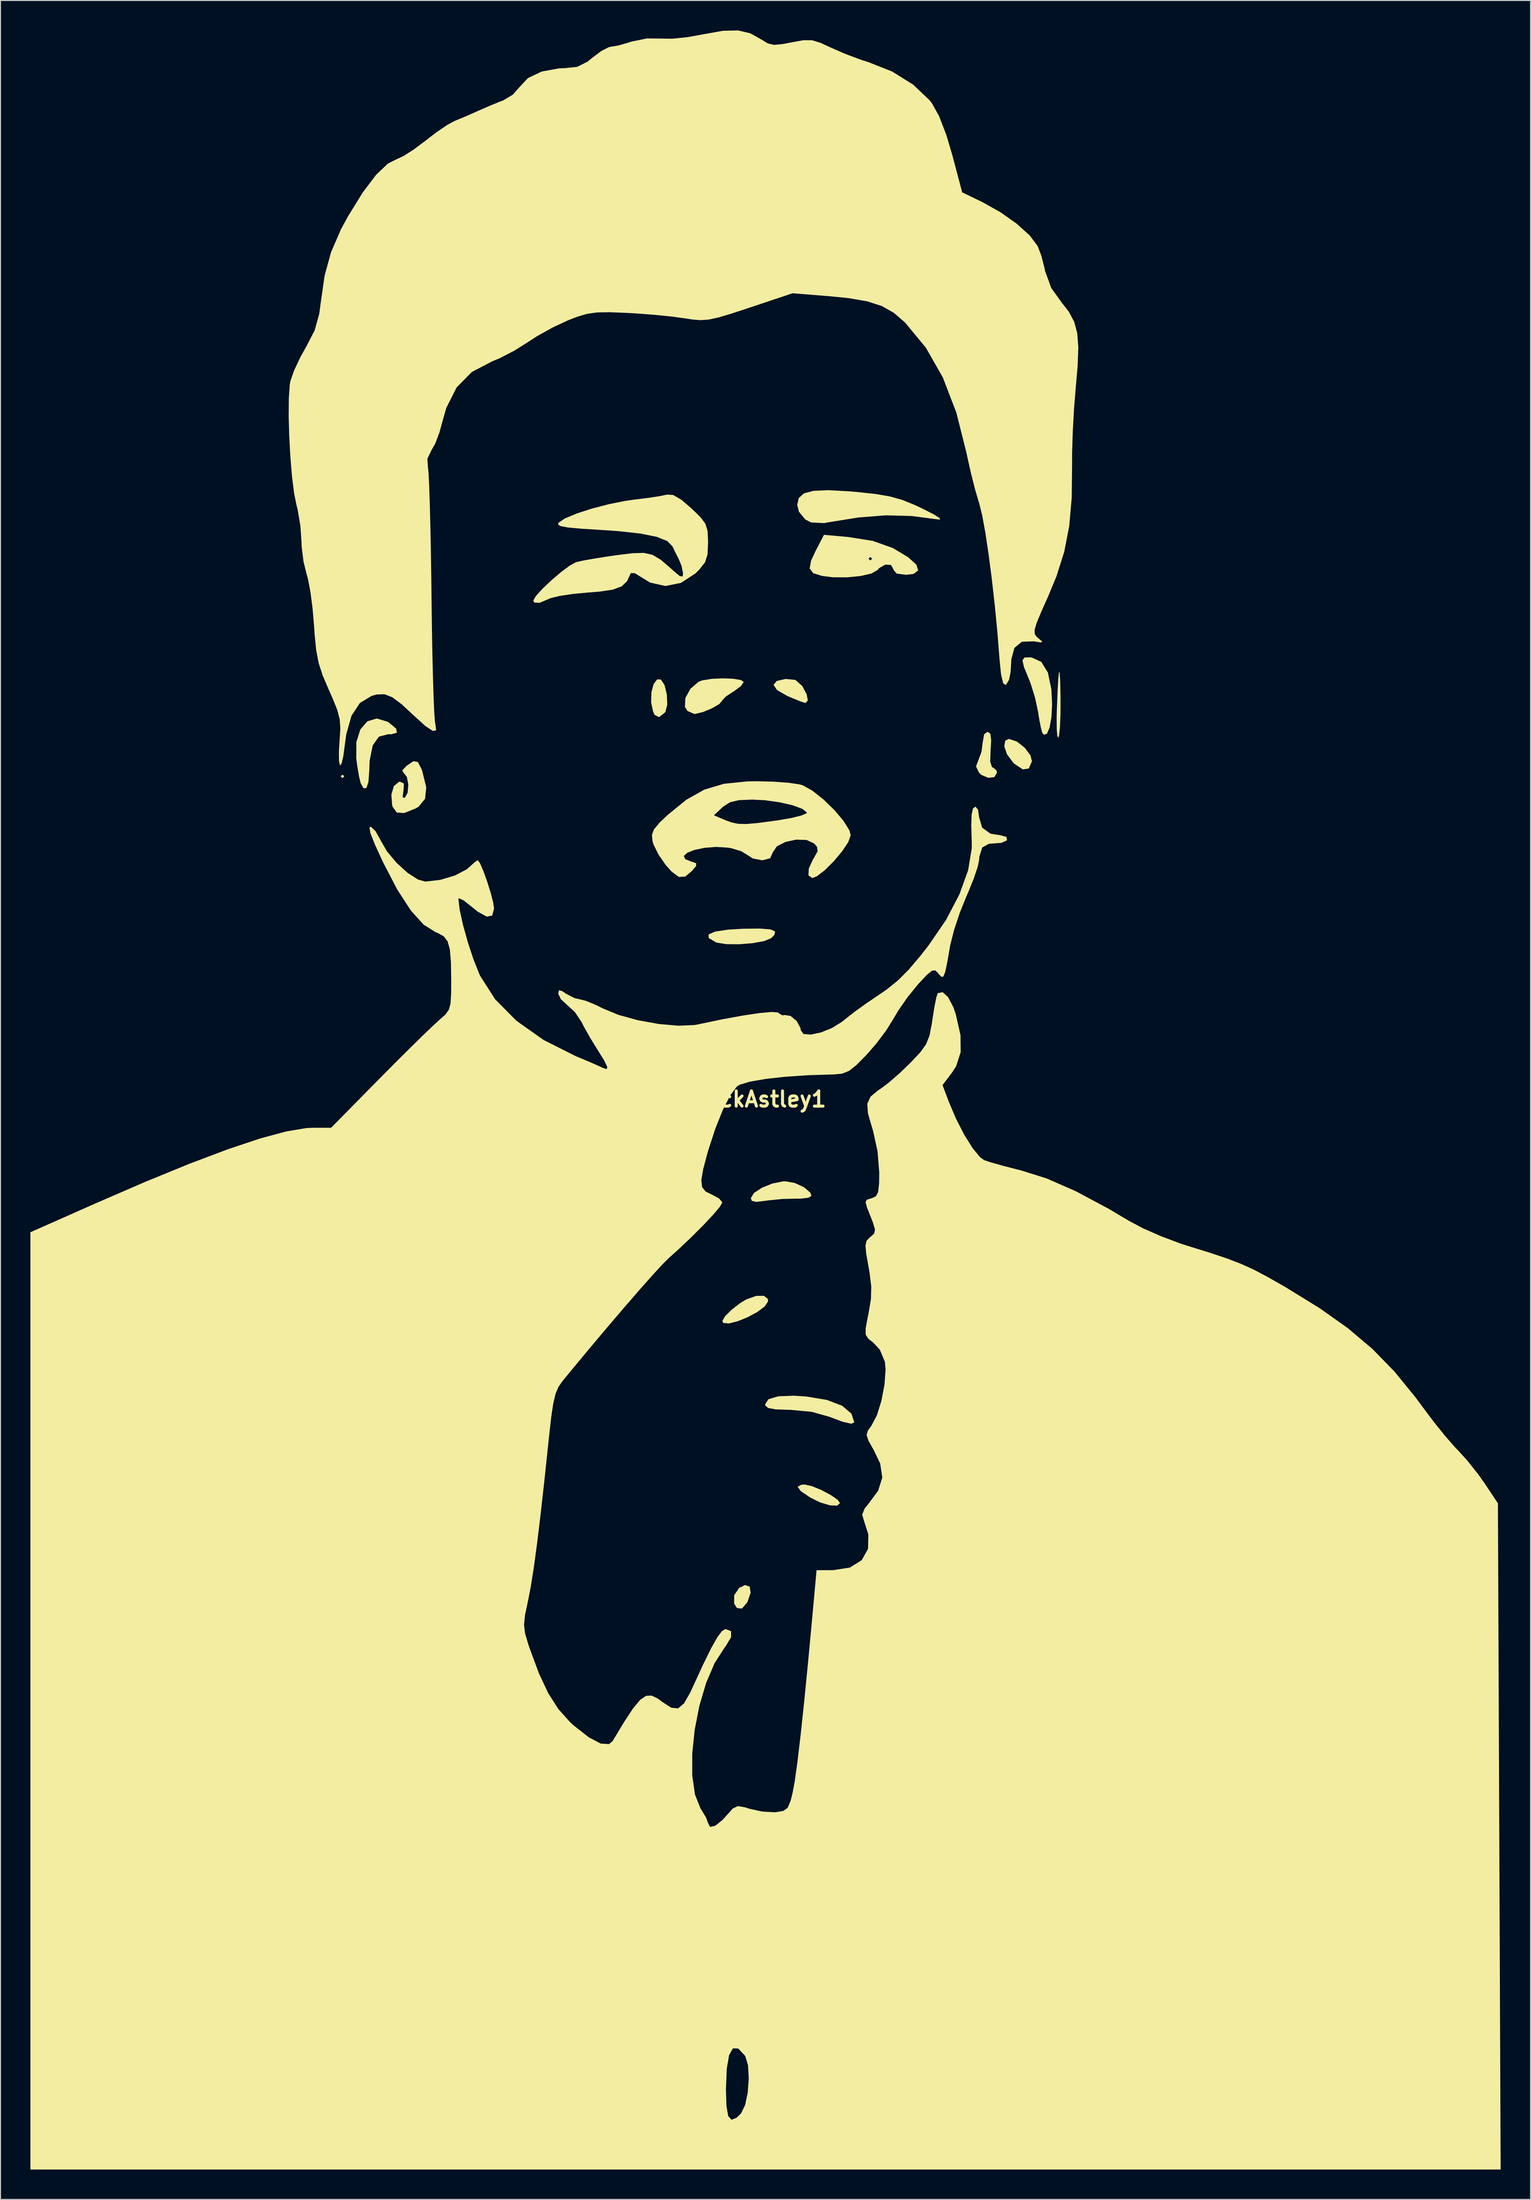
<source format=kicad_pcb>
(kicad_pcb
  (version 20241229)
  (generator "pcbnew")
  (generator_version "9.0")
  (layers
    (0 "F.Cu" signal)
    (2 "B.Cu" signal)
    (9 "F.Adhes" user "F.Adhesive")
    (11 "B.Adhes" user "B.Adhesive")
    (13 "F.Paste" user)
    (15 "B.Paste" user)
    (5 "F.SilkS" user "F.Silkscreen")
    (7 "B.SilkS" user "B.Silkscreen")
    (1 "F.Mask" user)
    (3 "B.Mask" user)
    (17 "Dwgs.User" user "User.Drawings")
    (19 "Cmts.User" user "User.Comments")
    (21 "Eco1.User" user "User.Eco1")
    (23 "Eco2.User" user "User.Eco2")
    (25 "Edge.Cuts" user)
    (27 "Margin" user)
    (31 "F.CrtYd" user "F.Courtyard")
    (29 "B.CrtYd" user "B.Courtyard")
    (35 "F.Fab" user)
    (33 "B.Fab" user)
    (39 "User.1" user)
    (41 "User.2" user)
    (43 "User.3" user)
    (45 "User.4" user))
  (footprint "RickAstley1"
    (layer "F.Cu")
    (at 73.338 107.175)
    (property "Reference" "RickAstley1" (at 0 0 0) (layer "F.SilkS") (effects (font (size 1.524 1.524) (thickness 0.3))))
    (attr board_only exclude_from_pos_files exclude_from_bom)
    (fp_poly (pts (xy -41.856 -32.376) (xy -42.035 -32.197) (xy -42.214 -32.376) (xy -42.035 -32.555)) (stroke (width 0) (type solid)) (fill yes) (layer "F.SilkS"))
    (fp_poly (pts (xy -1.187 48.869) (xy -1.096 49.481) (xy -1.407 50.396) (xy -1.444 50.466) (xy -1.971 51.075) (xy -2.473 51.015) (xy -2.751 50.573) (xy -2.744 49.731) (xy -2.239 48.999) (xy -1.661 48.717)) (stroke (width 0) (type solid)) (fill yes) (layer "F.SilkS"))
    (fp_poly (pts (xy 25.602 -35.873) (xy 26.4 -35.245) (xy 26.978 -34.479) (xy 27.119 -33.883) (xy 26.807 -33.16) (xy 26.21 -33.074) (xy 25.373 -33.628) (xy 25.231 -33.764) (xy 24.624 -34.581) (xy 24.349 -35.376) (xy 24.44 -35.956) (xy 24.815 -36.132)) (stroke (width 0) (type solid)) (fill yes) (layer "F.SilkS"))
    (fp_poly (pts (xy -10.097 -42.085) (xy -9.726 -41.52) (xy -9.5 -40.573) (xy -9.458 -39.571) (xy -9.643 -38.841) (xy -9.682 -38.788) (xy -10.276 -38.316) (xy -10.721 -38.538) (xy -10.873 -38.845) (xy -11.077 -39.804) (xy -11.047 -40.796) (xy -10.829 -41.627) (xy -10.47 -42.102)) (stroke (width 0) (type solid)) (fill yes) (layer "F.SilkS"))
    (fp_poly (pts (xy 3.399 -42.046) (xy 4.08 -41.439) (xy 4.52 -40.622) (xy 4.642 -39.986) (xy 4.409 -39.734) (xy 4.382 -39.735) (xy 3.921 -39.885) (xy 3.056 -40.235) (xy 2.563 -40.449) (xy 1.551 -41.03) (xy 1.202 -41.545) (xy 1.521 -41.939) (xy 2.408 -42.145)) (stroke (width 0) (type solid)) (fill yes) (layer "F.SilkS"))
    (fp_poly (pts (xy 5.049 38.793) (xy 5.991 39.181) (xy 6.929 39.679) (xy 7.632 40.166) (xy 7.87 40.491) (xy 7.585 40.754) (xy 6.855 40.721) (xy 5.87 40.425) (xy 4.923 39.962) (xy 3.935 39.297) (xy 3.623 38.863) (xy 3.985 38.656) (xy 4.334 38.637)) (stroke (width 0) (type solid)) (fill yes) (layer "F.SilkS"))
    (fp_poly (pts (xy 0.644 20.031) (xy 0.652 20.274) (xy 0.304 20.788) (xy -0.44 21.343) (xy -1.403 21.861) (xy -2.407 22.267) (xy -3.274 22.484) (xy -3.828 22.437) (xy -3.935 22.243) (xy -3.667 21.772) (xy -3.004 21.111) (xy -2.155 20.45) (xy -1.544 20.079) (xy -0.547 19.721) (xy 0.242 19.711)) (stroke (width 0) (type solid)) (fill yes) (layer "F.SilkS"))
    (fp_poly (pts (xy 29.898 -42.78) (xy 29.949 -42.039) (xy 29.986 -40.596) (xy 29.992 -40.246) (xy 29.987 -38.688) (xy 29.936 -37.383) (xy 29.847 -36.507) (xy 29.777 -36.256) (xy 29.671 -36.394) (xy 29.61 -37.112) (xy 29.6 -38.275) (xy 29.616 -38.939) (xy 29.692 -40.898) (xy 29.766 -42.199) (xy 29.836 -42.83)) (stroke (width 0) (type solid)) (fill yes) (layer "F.SilkS"))
    (fp_poly (pts (xy 0.912 -17.026) (xy 1.365 -16.814) (xy 1.273 -16.459) (xy 0.947 -16.142) (xy 0.246 -15.854) (xy -0.908 -15.647) (xy -2.253 -15.54) (xy -3.53 -15.551) (xy -4.478 -15.699) (xy -4.591 -15.741) (xy -5.298 -16.165) (xy -5.314 -16.525) (xy -4.662 -16.81) (xy -3.367 -17.007) (xy -1.849 -17.096) (xy -0.141 -17.114)) (stroke (width 0) (type solid)) (fill yes) (layer "F.SilkS"))
    (fp_poly (pts (xy 3.339 8.4) (xy 4.253 8.823) (xy 4.878 9.354) (xy 5.008 9.682) (xy 4.691 9.879) (xy 3.891 9.971) (xy 3.488 9.969) (xy 2.076 10.001) (xy 0.618 10.149) (xy 0.447 10.177) (xy -0.529 10.295) (xy -0.98 10.189) (xy -1.073 9.91) (xy -0.758 9.398) (xy 0.037 8.875) (xy 1.087 8.452) (xy 2.165 8.237) (xy 2.389 8.228)) (stroke (width 0) (type solid)) (fill yes) (layer "F.SilkS"))
    (fp_poly (pts (xy 4.499 29.809) (xy 6.558 30.154) (xy 8.082 30.736) (xy 9.014 31.525) (xy 9.301 32.405) (xy 8.999 32.54) (xy 8.139 32.345) (xy 6.797 31.839) (xy 5.037 31.348) (xy 2.91 31.146) (xy 2.773 31.144) (xy 1.433 31.098) (xy 0.678 30.967) (xy 0.379 30.722) (xy 0.358 30.594) (xy 0.692 30.081) (xy 1.667 29.79) (xy 3.239 29.728)) (stroke (width 0) (type solid)) (fill yes) (layer "F.SilkS"))
    (fp_poly (pts (xy 22.949 -36.658) (xy 23.035 -36.003) (xy 22.977 -35.059) (xy 22.936 -33.841) (xy 23.114 -33.3) (xy 23.208 -33.27) (xy 23.565 -32.981) (xy 23.611 -32.734) (xy 23.349 -32.301) (xy 22.742 -32.23) (xy 22.058 -32.518) (xy 21.798 -32.763) (xy 21.513 -33.38) (xy 21.755 -34.01) (xy 22.07 -34.872) (xy 22.18 -35.77) (xy 22.325 -36.591) (xy 22.664 -36.848)) (stroke (width 0) (type solid)) (fill yes) (layer "F.SilkS"))
    (fp_poly (pts (xy 27.097 -44.295) (xy 28.061 -43.855) (xy 28.719 -42.786) (xy 29.074 -41.08) (xy 29.144 -39.639) (xy 29.077 -38.3) (xy 28.889 -37.259) (xy 28.62 -36.637) (xy 28.311 -36.556) (xy 28.169 -36.727) (xy 28.022 -37.232) (xy 27.839 -38.185) (xy 27.741 -38.815) (xy 27.432 -40.277) (xy 26.965 -41.763) (xy 26.801 -42.17) (xy 26.317 -43.351) (xy 26.171 -44.017) (xy 26.382 -44.295) (xy 26.966 -44.309)) (stroke (width 0) (type solid)) (fill yes) (layer "F.SilkS"))
    (fp_poly (pts (xy -37.507 -37.85) (xy -37.367 -37.764) (xy -36.648 -37.159) (xy -36.578 -36.751) (xy -37.155 -36.593) (xy -37.453 -36.602) (xy -38.383 -36.359) (xy -39.001 -35.478) (xy -39.309 -33.956) (xy -39.347 -33.002) (xy -39.427 -31.834) (xy -39.631 -31.207) (xy -39.921 -31.181) (xy -40.209 -31.691) (xy -40.373 -32.356) (xy -40.555 -33.44) (xy -40.653 -34.185) (xy -40.642 -35.812) (xy -40.244 -37.077) (xy -39.537 -37.895) (xy -38.598 -38.181)) (stroke (width 0) (type solid)) (fill yes) (layer "F.SilkS"))
    (fp_poly (pts (xy -2.838 -42.164) (xy -2.061 -42.032) (xy -1.789 -41.84) (xy -2.071 -41.427) (xy -2.759 -40.915) (xy -2.86 -40.856) (xy -3.58 -40.379) (xy -3.927 -40.017) (xy -3.933 -39.987) (xy -4.236 -39.631) (xy -4.963 -39.204) (xy -5.854 -38.832) (xy -6.643 -38.642) (xy -6.755 -38.637) (xy -7.431 -38.936) (xy -7.686 -39.336) (xy -7.643 -40.23) (xy -7.134 -41.159) (xy -6.337 -41.847) (xy -5.976 -41.993) (xy -5.018 -42.153) (xy -3.898 -42.207)) (stroke (width 0) (type solid)) (fill yes) (layer "F.SilkS"))
    (fp_poly (pts (xy 8.762 -60.961) (xy 9.48 -60.899) (xy 11.411 -60.693) (xy 12.873 -60.446) (xy 14.116 -60.096) (xy 15.385 -59.58) (xy 16.099 -59.245) (xy 17.261 -58.653) (xy 17.873 -58.268) (xy 17.891 -58.121) (xy 17.708 -58.137) (xy 15.052 -58.482) (xy 12.468 -58.551) (xy 9.723 -58.337) (xy 6.583 -57.832) (xy 6.261 -57.77) (xy 4.971 -57.835) (xy 4.382 -58.135) (xy 3.747 -58.915) (xy 3.577 -59.594) (xy 3.732 -60.287) (xy 4.25 -60.752) (xy 5.208 -61.008) (xy 6.686 -61.072)) (stroke (width 0) (type solid)) (fill yes) (layer "F.SilkS"))
    (fp_poly (pts (xy -34.475 -33.816) (xy -34.114 -33.119) (xy -34.021 -32.859) (xy -33.632 -31.272) (xy -33.752 -30.124) (xy -34.396 -29.338) (xy -34.684 -29.166) (xy -35.846 -28.697) (xy -36.591 -28.747) (xy -37.006 -29.327) (xy -37.052 -29.488) (xy -37.132 -30.543) (xy -36.882 -31.396) (xy -36.378 -31.825) (xy -36.248 -31.839) (xy -35.876 -31.659) (xy -35.905 -31.017) (xy -35.929 -30.915) (xy -36.003 -30.272) (xy -35.789 -30.221) (xy -35.497 -30.739) (xy -35.431 -31.558) (xy -35.581 -32.328) (xy -35.864 -32.682) (xy -36.041 -32.963) (xy -35.617 -33.427) (xy -34.913 -33.897)) (stroke (width 0) (type solid)) (fill yes) (layer "F.SilkS"))
    (fp_poly (pts (xy 8.698 -56.376) (xy 11.142 -55.992) (xy 13.153 -55.279) (xy 14.688 -54.363) (xy 15.528 -53.602) (xy 15.711 -53.022) (xy 15.243 -52.671) (xy 14.489 -52.589) (xy 13.563 -52.705) (xy 13.239 -53.076) (xy 13.237 -53.125) (xy 12.989 -53.573) (xy 12.422 -53.613) (xy 11.795 -53.257) (xy 11.625 -53.062) (xy 11.024 -52.717) (xy 9.931 -52.466) (xy 8.565 -52.332) (xy 7.147 -52.34) (xy 6.082 -52.471) (xy 5.183 -52.752) (xy 4.824 -53.216) (xy 4.964 -54.002) (xy 5.055 -54.199) (xy 10.732 -54.199) (xy 10.911 -54.02) (xy 11.09 -54.199) (xy 10.911 -54.377) (xy 10.732 -54.199) (xy 5.055 -54.199) (xy 5.398 -54.935) (xy 6.261 -56.595)) (stroke (width 0) (type solid)) (fill yes) (layer "F.SilkS"))
    (fp_poly (pts (xy -8.867 -60.593) (xy -8.043 -60.11) (xy -7.065 -59.278) (xy -6.139 -58.384) (xy -5.63 -57.703) (xy -5.414 -56.983) (xy -5.366 -55.969) (xy -5.366 -55.818) (xy -5.42 -54.631) (xy -5.671 -53.833) (xy -6.252 -53.101) (xy -6.644 -52.72) (xy -8.087 -51.775) (xy -9.648 -51.466) (xy -11.179 -51.805) (xy -12 -52.307) (xy -12.707 -52.747) (xy -13.109 -52.762) (xy -13.135 -52.716) (xy -13.491 -51.942) (xy -14.04 -51.424) (xy -14.927 -51.097) (xy -16.299 -50.896) (xy -17.397 -50.81) (xy -18.926 -50.668) (xy -20.255 -50.468) (xy -21.166 -50.245) (xy -21.352 -50.165) (xy -22.252 -49.782) (xy -22.797 -49.8) (xy -22.896 -50.009) (xy -22.637 -50.463) (xy -21.971 -51.192) (xy -21.066 -52.047) (xy -20.09 -52.877) (xy -19.211 -53.53) (xy -18.617 -53.851) (xy -17.865 -54.02) (xy -16.629 -54.24) (xy -15.133 -54.472) (xy -14.591 -54.548) (xy -12.953 -54.751) (xy -11.805 -54.783) (xy -10.932 -54.587) (xy -10.119 -54.103) (xy -9.15 -53.275) (xy -8.854 -53.004) (xy -8.21 -52.464) (xy -7.925 -52.414) (xy -7.87 -52.706) (xy -8.031 -53.496) (xy -8.284 -54.114) (xy -8.71 -54.961) (xy -8.945 -55.451) (xy -9.462 -55.973) (xy -10.513 -56.393) (xy -12.147 -56.722) (xy -14.414 -56.97) (xy -16.248 -57.094) (xy -18.14 -57.213) (xy -19.405 -57.331) (xy -20.134 -57.464) (xy -20.415 -57.628) (xy -20.365 -57.808) (xy -19.72 -58.241) (xy -18.546 -58.732) (xy -17.021 -59.225) (xy -15.321 -59.668) (xy -13.625 -60.006) (xy -12.711 -60.133) (xy -11.341 -60.303) (xy -10.178 -60.482) (xy -9.48 -60.628)) (stroke (width 0) (type solid)) (fill yes) (layer "F.SilkS"))
    (fp_poly (pts (xy 1.192 -31.845) (xy 2.674 -31.736) (xy 3.775 -31.578) (xy 4.119 -31.485) (xy 5.107 -30.936) (xy 6.223 -30.05) (xy 7.314 -28.986) (xy 8.229 -27.902) (xy 8.813 -26.958) (xy 8.944 -26.472) (xy 8.7 -25.788) (xy 8.075 -24.854) (xy 7.231 -23.849) (xy 6.328 -22.951) (xy 5.527 -22.342) (xy 5.086 -22.18) (xy 4.706 -22.442) (xy 4.736 -23.121) (xy 5.163 -24.057) (xy 5.243 -24.182) (xy 5.621 -24.865) (xy 5.566 -25.307) (xy 5.275 -25.645) (xy 4.522 -25.996) (xy 3.484 -26.032) (xy 2.408 -25.805) (xy 1.543 -25.367) (xy 1.138 -24.772) (xy 0.864 -24.163) (xy 0.151 -23.971) (xy 0.019 -23.969) (xy -0.875 -24.143) (xy -1.416 -24.488) (xy -2.027 -24.866) (xy -3.019 -25.167) (xy -3.338 -25.224) (xy -4.542 -25.3) (xy -5.706 -25.212) (xy -6.714 -25.002) (xy -7.451 -24.714) (xy -7.8 -24.388) (xy -7.645 -24.069) (xy -7.1 -23.851) (xy -6.557 -23.664) (xy -6.566 -23.381) (xy -6.962 -22.911) (xy -7.651 -22.328) (xy -8.288 -22.288) (xy -9.02 -22.823) (xy -9.619 -23.497) (xy -10.335 -24.529) (xy -10.84 -25.552) (xy -10.934 -25.86) (xy -10.997 -26.491) (xy -10.797 -27.054) (xy -10.23 -27.734) (xy -9.453 -28.473) (xy -4.778 -28.473) (xy -3.731 -28.026) (xy -3.027 -27.759) (xy -2.344 -27.618) (xy -1.507 -27.599) (xy -0.342 -27.702) (xy 1.323 -27.924) (xy 1.686 -27.977) (xy 3.023 -28.209) (xy 4.019 -28.457) (xy 4.52 -28.679) (xy 4.548 -28.748) (xy 4.102 -29.116) (xy 3.127 -29.474) (xy 1.807 -29.777) (xy 0.328 -29.982) (xy -0.916 -30.045) (xy -2.276 -29.991) (xy -3.171 -29.777) (xy -3.846 -29.339) (xy -3.932 -29.262) (xy -4.778 -28.473) (xy -9.453 -28.473) (xy -9.428 -28.497) (xy -7.548 -30.03) (xy -5.735 -31.048) (xy -3.768 -31.634) (xy -1.425 -31.87) (xy -0.449 -31.886)) (stroke (width 0) (type solid)) (fill yes) (layer "F.SilkS"))
    (fp_poly (pts (xy -1.122 -106.883) (xy -0.017 -106.263) (xy 0.627 -105.87) (xy 1.255 -105.726) (xy 2.133 -105.808) (xy 2.995 -105.976) (xy 4.2 -106.193) (xy 5.068 -106.189) (xy 5.941 -105.92) (xy 6.888 -105.48) (xy 8.382 -104.825) (xy 10.028 -104.213) (xy 10.732 -103.989) (xy 13.101 -103.051) (xy 15.207 -101.737) (xy 16.847 -100.181) (xy 17.106 -99.845) (xy 17.817 -98.558) (xy 18.538 -96.684) (xy 19.134 -94.676) (xy 20.124 -90.939) (xy 22.136 -89.965) (xy 23.958 -88.949) (xy 25.602 -87.787) (xy 26.903 -86.609) (xy 27.689 -85.562) (xy 28.064 -84.582) (xy 28.381 -83.353) (xy 28.433 -83.069) (xy 29.06 -81.347) (xy 30.07 -79.934) (xy 30.839 -78.943) (xy 31.363 -77.952) (xy 31.666 -76.818) (xy 31.773 -75.398) (xy 31.707 -73.547) (xy 31.52 -71.384) (xy 31.346 -69.261) (xy 31.218 -66.975) (xy 31.151 -64.854) (xy 31.148 -63.679) (xy 31.113 -60.332) (xy 30.863 -57.475) (xy 30.364 -54.906) (xy 29.578 -52.424) (xy 28.769 -50.474) (xy 28.051 -48.866) (xy 27.602 -47.78) (xy 27.393 -47.091) (xy 27.393 -46.669) (xy 27.571 -46.39) (xy 27.765 -46.227) (xy 28.158 -45.886) (xy 28.016 -45.803) (xy 27.292 -45.915) (xy 26.117 -45.874) (xy 25.362 -45.258) (xy 25.05 -44.09) (xy 25.042 -43.828) (xy 24.979 -42.822) (xy 24.827 -42.07) (xy 24.825 -42.064) (xy 24.507 -41.53) (xy 24.24 -41.702) (xy 24.026 -42.572) (xy 23.872 -44.092) (xy 23.665 -46.736) (xy 23.402 -49.459) (xy 23.101 -52.132) (xy 22.778 -54.621) (xy 22.451 -56.797) (xy 22.136 -58.528) (xy 21.851 -59.682) (xy 21.838 -59.72) (xy 21.444 -61.058) (xy 21.009 -62.763) (xy 20.62 -64.501) (xy 20.569 -64.752) (xy 19.537 -68.859) (xy 18.186 -72.372) (xy 16.488 -75.353) (xy 14.414 -77.861) (xy 14.357 -77.918) (xy 13.27 -78.855) (xy 12.073 -79.533) (xy 10.606 -80.007) (xy 8.709 -80.333) (xy 6.832 -80.52) (xy 3.111 -80.818) (xy -1.201 -79.377) (xy -3.015 -78.78) (xy -4.324 -78.391) (xy -5.297 -78.181) (xy -6.106 -78.121) (xy -6.92 -78.184) (xy -7.676 -78.301) (xy -9.016 -78.483) (xy -10.777 -78.659) (xy -12.662 -78.802) (xy -13.483 -78.848) (xy -15.22 -78.916) (xy -16.471 -78.897) (xy -17.465 -78.762) (xy -18.429 -78.483) (xy -19.386 -78.116) (xy -20.919 -77.404) (xy -22.499 -76.528) (xy -23.432 -75.922) (xy -24.772 -75.077) (xy -26.24 -74.317) (xy -27.01 -73.996) (xy -29.054 -72.929) (xy -30.586 -71.376) (xy -31.626 -69.312) (xy -31.947 -68.181) (xy -32.313 -66.853) (xy -32.733 -65.737) (xy -33.097 -65.104) (xy -33.521 -64.219) (xy -33.462 -63.379) (xy -33.402 -62.773) (xy -33.341 -61.544) (xy -33.28 -59.786) (xy -33.222 -57.592) (xy -33.17 -55.054) (xy -33.127 -52.267) (xy -33.105 -50.387) (xy -33.068 -47.502) (xy -33.02 -44.821) (xy -32.963 -42.433) (xy -32.9 -40.429) (xy -32.835 -38.899) (xy -32.769 -37.935) (xy -32.726 -37.653) (xy -32.637 -37.004) (xy -32.962 -36.923) (xy -33.707 -37.412) (xy -34.849 -38.446) (xy -36.107 -39.613) (xy -37.048 -40.312) (xy -37.825 -40.613) (xy -38.591 -40.588) (xy -39.115 -40.444) (xy -40.291 -39.731) (xy -41.131 -38.456) (xy -41.659 -36.579) (xy -41.798 -35.545) (xy -41.951 -34.405) (xy -42.126 -33.656) (xy -42.285 -33.458) (xy -42.286 -33.46) (xy -42.386 -33.923) (xy -42.396 -34.878) (xy -42.327 -35.965) (xy -42.25 -37.147) (xy -42.312 -38.096) (xy -42.567 -39.063) (xy -43.069 -40.3) (xy -43.392 -41.021) (xy -44.016 -42.48) (xy -44.423 -43.728) (xy -44.675 -45.039) (xy -44.836 -46.683) (xy -44.889 -47.493) (xy -45.036 -49.227) (xy -45.249 -50.862) (xy -45.493 -52.156) (xy -45.629 -52.636) (xy -45.946 -53.919) (xy -46.13 -55.415) (xy -46.149 -55.967) (xy -46.258 -57.501) (xy -46.53 -59.11) (xy -46.651 -59.589) (xy -46.892 -60.788) (xy -47.1 -62.468) (xy -47.265 -64.445) (xy -47.379 -66.535) (xy -47.433 -68.553) (xy -47.417 -70.313) (xy -47.324 -71.631) (xy -47.254 -72.03) (xy -46.884 -73.083) (xy -46.264 -74.403) (xy -45.691 -75.429) (xy -44.831 -77.09) (xy -44.367 -78.742) (xy -44.226 -79.802) (xy -43.834 -82.552) (xy -43.188 -84.922) (xy -42.187 -87.23) (xy -41.48 -88.534) (xy -39.999 -90.931) (xy -38.66 -92.7) (xy -37.483 -93.82) (xy -36.656 -94.237) (xy -35.92 -94.576) (xy -34.872 -95.244) (xy -33.739 -96.095) (xy -33.735 -96.098) (xy -32.596 -96.971) (xy -31.54 -97.688) (xy -30.803 -98.089) (xy -29.87 -98.474) (xy -28.721 -98.977) (xy -28.441 -99.104) (xy -27.243 -99.627) (xy -26.095 -100.091) (xy -25.895 -100.166) (xy -24.954 -100.728) (xy -24.3 -101.471) (xy -23.431 -102.396) (xy -22.045 -103.053) (xy -20.314 -103.371) (xy -19.769 -103.389) (xy -18.497 -103.522) (xy -17.476 -104.028) (xy -16.938 -104.462) (xy -16.064 -105.118) (xy -15.309 -105.501) (xy -15.102 -105.541) (xy -14.386 -105.659) (xy -13.361 -105.949) (xy -13.058 -106.051) (xy -11.485 -106.373) (xy -10.142 -106.36) (xy -8.983 -106.342) (xy -7.432 -106.5) (xy -5.89 -106.779) (xy -3.893 -107.135) (xy -2.363 -107.175)) (stroke (width 0) (type solid)) (fill yes) (layer "F.SilkS"))
    (fp_poly (pts (xy 21.717 -29.025) (xy 21.823 -28.278) (xy 21.823 -28.275) (xy 22.121 -27.241) (xy 22.967 -26.625) (xy 23.945 -26.473) (xy 24.571 -26.302) (xy 24.617 -25.962) (xy 24.075 -25.715) (xy 23.969 -25.704) (xy 23.143 -25.641) (xy 22.806 -25.615) (xy 22.134 -25.242) (xy 21.839 -24.29) (xy 21.828 -24.014) (xy 21.682 -23.305) (xy 21.297 -22.163) (xy 20.748 -20.796) (xy 20.548 -20.341) (xy 19.884 -18.696) (xy 19.307 -16.955) (xy 18.929 -15.46) (xy 18.898 -15.287) (xy 18.625 -13.717) (xy 18.42 -12.755) (xy 18.241 -12.304) (xy 18.043 -12.266) (xy 17.783 -12.543) (xy 17.725 -12.621) (xy 17.435 -12.917) (xy 17.103 -12.896) (xy 16.596 -12.485) (xy 15.775 -11.61) (xy 15.676 -11.499) (xy 14.663 -10.254) (xy 13.715 -8.893) (xy 13.218 -8.048) (xy 12.501 -6.895) (xy 11.493 -5.557) (xy 10.51 -4.43) (xy 9.51 -3.422) (xy 8.772 -2.84) (xy 8.091 -2.567) (xy 7.263 -2.487) (xy 7.112 -2.484) (xy 4.633 -2.407) (xy 2.347 -2.251) (xy 0.368 -2.03) (xy -1.185 -1.758) (xy -2.197 -1.451) (xy -2.462 -1.29) (xy -3.127 -0.412) (xy -3.868 1.035) (xy -4.625 2.918) (xy -5.339 5.102) (xy -5.416 5.365) (xy -5.855 7.009) (xy -6.04 8.115) (xy -5.959 8.82) (xy -5.598 9.261) (xy -5.008 9.55) (xy -4.266 9.942) (xy -3.936 10.339) (xy -3.935 10.357) (xy -4.182 10.784) (xy -4.851 11.576) (xy -5.83 12.621) (xy -7.011 13.803) (xy -8.283 15.01) (xy -9.308 15.929) (xy -9.926 16.543) (xy -10.924 17.628) (xy -12.228 19.099) (xy -13.766 20.872) (xy -15.466 22.862) (xy -17.255 24.987) (xy -19.06 27.161) (xy -19.997 28.303) (xy -20.374 28.853) (xy -20.661 29.536) (xy -20.891 30.496) (xy -21.098 31.877) (xy -21.316 33.823) (xy -21.325 33.906) (xy -21.77 38.115) (xy -22.167 41.662) (xy -22.524 44.601) (xy -22.848 46.982) (xy -23.145 48.859) (xy -23.421 50.284) (xy -23.448 50.404) (xy -23.731 51.748) (xy -23.825 52.699) (xy -23.722 53.555) (xy -23.41 54.618) (xy -23.296 54.959) (xy -22.343 57.542) (xy -21.399 59.557) (xy -20.384 61.146) (xy -19.218 62.45) (xy -18.849 62.788) (xy -17.327 63.982) (xy -16.135 64.611) (xy -15.298 64.665) (xy -14.942 64.362) (xy -13.782 62.439) (xy -12.889 61.083) (xy -12.184 60.232) (xy -11.588 59.825) (xy -11.023 59.8) (xy -10.41 60.098) (xy -9.919 60.459) (xy -9.052 61.019) (xy -8.38 61.082) (xy -7.785 60.592) (xy -7.154 59.491) (xy -6.903 58.951) (xy -5.868 56.699) (xy -5.057 55.052) (xy -4.435 53.949) (xy -3.967 53.328) (xy -3.618 53.126) (xy -3.607 53.125) (xy -3.06 53.343) (xy -3.055 53.941) (xy -3.588 54.835) (xy -3.688 54.958) (xy -4.705 56.534) (xy -5.562 58.538) (xy -6.236 60.821) (xy -6.707 63.231) (xy -6.952 65.618) (xy -6.95 67.831) (xy -6.678 69.719) (xy -6.116 71.131) (xy -6.038 71.247) (xy -5.569 72.021) (xy -5.366 72.578) (xy -5.366 72.588) (xy -5.163 72.97) (xy -4.636 72.845) (xy -3.91 72.263) (xy -3.529 71.84) (xy -2.891 71.125) (xy -2.374 70.879) (xy -1.655 71.004) (xy -1.2 71.15) (xy 0.054 71.426) (xy 1.297 71.499) (xy 1.435 71.489) (xy 2.184 71.366) (xy 2.62 71.052) (xy 2.911 70.355) (xy 3.107 69.582) (xy 3.332 68.373) (xy 3.6 66.45) (xy 3.913 63.814) (xy 4.27 60.467) (xy 4.67 56.407) (xy 5.102 51.784) (xy 5.518 47.223) (xy 7.182 47.223) (xy 8.864 46.958) (xy 10.048 46.218) (xy 10.682 45.083) (xy 10.712 43.635) (xy 10.316 42.406) (xy 10.094 41.649) (xy 10.345 41.026) (xy 10.629 40.69) (xy 11.693 39.263) (xy 12.112 37.932) (xy 11.902 36.532) (xy 11.249 35.172) (xy 10.723 34.236) (xy 10.537 33.668) (xy 10.669 33.22) (xy 11.017 32.745) (xy 11.564 31.709) (xy 12.022 30.237) (xy 12.334 28.608) (xy 12.44 27.101) (xy 12.374 26.338) (xy 11.858 25.102) (xy 11.197 24.398) (xy 10.692 23.999) (xy 10.45 23.606) (xy 10.438 23.009) (xy 10.62 21.998) (xy 10.726 21.494) (xy 10.973 20.044) (xy 11.005 18.777) (xy 10.823 17.317) (xy 10.727 16.786) (xy 10.495 15.47) (xy 10.425 14.671) (xy 10.528 14.206) (xy 10.814 13.891) (xy 10.912 13.817) (xy 11.296 13.472) (xy 11.38 13.065) (xy 11.168 12.353) (xy 10.97 11.849) (xy 10.571 10.838) (xy 10.432 10.309) (xy 10.565 10.073) (xy 10.983 9.941) (xy 11.09 9.913) (xy 11.478 9.724) (xy 11.695 9.299) (xy 11.788 8.47) (xy 11.806 7.356) (xy 11.634 5.217) (xy 11.178 3.137) (xy 11.093 2.872) (xy 10.674 1.435) (xy 10.606 0.454) (xy 10.931 -0.258) (xy 11.687 -0.889) (xy 11.931 -1.045) (xy 12.756 -1.661) (xy 13.834 -2.597) (xy 14.925 -3.646) (xy 15.909 -4.691) (xy 16.505 -5.516) (xy 16.849 -6.389) (xy 17.078 -7.578) (xy 17.139 -7.998) (xy 17.337 -9.248) (xy 17.527 -10.193) (xy 17.668 -10.633) (xy 17.671 -10.636) (xy 18.164 -10.736) (xy 18.716 -10.231) (xy 19.245 -9.217) (xy 19.478 -8.54) (xy 19.956 -6.419) (xy 19.973 -4.722) (xy 19.521 -3.318) (xy 19.093 -2.654) (xy 18.152 -1.42) (xy 18.791 0.274) (xy 19.519 1.985) (xy 20.343 3.578) (xy 21.172 4.903) (xy 21.914 5.807) (xy 22.322 6.104) (xy 23.014 6.335) (xy 24.182 6.664) (xy 25.604 7.031) (xy 25.994 7.126) (xy 28.585 7.939) (xy 31.511 9.219) (xy 34.827 10.991) (xy 36.848 12.191) (xy 38.256 12.938) (xy 40.056 13.731) (xy 41.948 14.444) (xy 42.751 14.705) (xy 44.98 15.396) (xy 46.71 15.975) (xy 48.129 16.522) (xy 49.428 17.116) (xy 50.795 17.837) (xy 52.421 18.766) (xy 52.589 18.864) (xy 55.976 20.95) (xy 58.823 22.966) (xy 61.276 25.041) (xy 63.481 27.302) (xy 65.585 29.878) (xy 66.374 30.945) (xy 67.447 32.373) (xy 68.554 33.747) (xy 69.513 34.847) (xy 69.83 35.176) (xy 70.809 36.253) (xy 71.875 37.595) (xy 72.541 38.533) (xy 73.862 40.523) (xy 73.999 73.923) (xy 74.136 107.324) (xy -73.338 107.324) (xy -73.338 99.304) (xy -3.573 99.304) (xy -3.521 100.969) (xy -3.342 101.966) (xy -3.008 102.337) (xy -2.494 102.121) (xy -2.055 101.689) (xy -1.65 100.861) (xy -1.386 99.604) (xy -1.283 98.19) (xy -1.356 96.887) (xy -1.626 95.968) (xy -1.667 95.903) (xy -2.341 95.188) (xy -2.871 95.171) (xy -3.254 95.847) (xy -3.489 97.213) (xy -3.572 99.263) (xy -3.573 99.304) (xy -73.338 99.304) (xy -73.338 13.338) (xy -66.809 10.446) (xy -61.774 8.265) (xy -57.341 6.453) (xy -53.512 5.008) (xy -50.289 3.933) (xy -47.673 3.228) (xy -45.667 2.892) (xy -45.029 2.862) (xy -43.18 2.862) (xy -38.314 -2.073) (xy -36.718 -3.682) (xy -35.214 -5.177) (xy -33.906 -6.459) (xy -32.895 -7.427) (xy -32.287 -7.979) (xy -31.715 -8.487) (xy -31.371 -8.966) (xy -31.196 -9.609) (xy -31.135 -10.608) (xy -31.129 -11.898) (xy -31.157 -13.742) (xy -31.262 -15.007) (xy -31.489 -15.826) (xy -31.879 -16.335) (xy -32.476 -16.668) (xy -32.682 -16.747) (xy -33.894 -17.502) (xy -35.177 -18.924) (xy -36.54 -21.023) (xy -37.991 -23.813) (xy -38.772 -25.516) (xy -39.235 -26.687) (xy -39.328 -27.268) (xy -39.176 -27.319) (xy -38.725 -26.887) (xy -38.265 -26.08) (xy -38.231 -26) (xy -37.567 -24.848) (xy -36.6 -23.694) (xy -35.504 -22.699) (xy -34.451 -22.025) (xy -33.727 -21.825) (xy -32.24 -21.994) (xy -30.763 -22.432) (xy -29.596 -23.039) (xy -29.312 -23.277) (xy -28.754 -23.785) (xy -28.467 -23.969) (xy -28.237 -23.658) (xy -27.895 -22.865) (xy -27.513 -21.8) (xy -27.162 -20.673) (xy -26.911 -19.694) (xy -26.831 -19.126) (xy -27.016 -18.415) (xy -27.571 -18.315) (xy -28.496 -18.828) (xy -29.144 -19.355) (xy -29.874 -19.928) (xy -30.331 -20.154) (xy -30.408 -20.094) (xy -30.282 -19.006) (xy -29.947 -17.485) (xy -29.466 -15.758) (xy -28.906 -14.054) (xy -28.329 -12.601) (xy -28.223 -12.371) (xy -26.725 -10.025) (xy -24.587 -7.868) (xy -21.872 -5.949) (xy -18.643 -4.321) (xy -18.245 -4.157) (xy -17.151 -3.699) (xy -16.257 -3.301) (xy -16.009 -3.18) (xy -15.55 -3.014) (xy -15.468 -3.223) (xy -15.778 -3.874) (xy -16.483 -5.008) (xy -17.201 -6.175) (xy -17.833 -7.3) (xy -18.048 -7.729) (xy -18.695 -8.703) (xy -19.48 -9.436) (xy -20.131 -10.029) (xy -20.392 -10.582) (xy -20.323 -10.93) (xy -19.991 -10.837) (xy -19.596 -10.574) (xy -18.786 -10.15) (xy -18.219 -10.017) (xy -17.585 -9.856) (xy -16.6 -9.445) (xy -15.95 -9.12) (xy -14.358 -8.461) (xy -12.396 -7.922) (xy -10.308 -7.545) (xy -8.335 -7.371) (xy -6.718 -7.441) (xy -6.439 -7.492) (xy -3.999 -8.003) (xy -1.886 -8.39) (xy -0.186 -8.643) (xy 1.019 -8.75) (xy 1.645 -8.699) (xy 1.711 -8.64) (xy 2.088 -8.407) (xy 2.302 -8.448) (xy 2.91 -8.354) (xy 3.53 -7.835) (xy 3.907 -7.131) (xy 3.935 -6.905) (xy 4.218 -6.54) (xy 4.948 -6.484) (xy 5.949 -6.695) (xy 7.043 -7.133) (xy 8.053 -7.755) (xy 8.228 -7.898) (xy 9.318 -8.759) (xy 10.597 -9.677) (xy 11.09 -10.005) (xy 12.524 -10.981) (xy 13.693 -11.925) (xy 14.781 -13.015) (xy 15.973 -14.428) (xy 16.752 -15.423) (xy 18.507 -17.983) (xy 19.848 -20.543) (xy 20.725 -22.976) (xy 21.084 -25.159) (xy 21.085 -25.721) (xy 21.035 -27.438) (xy 21.071 -28.546) (xy 21.204 -29.144) (xy 21.444 -29.335) (xy 21.465 -29.335)) (stroke (width 0) (type solid)) (fill yes) (layer "F.SilkS")))
  (gr_rect
    (start -3 -3)
    (end 150.474 217.499)
    (stroke (width 0.1) (type default))
    (fill no)
    (layer "Edge.Cuts")))
</source>
